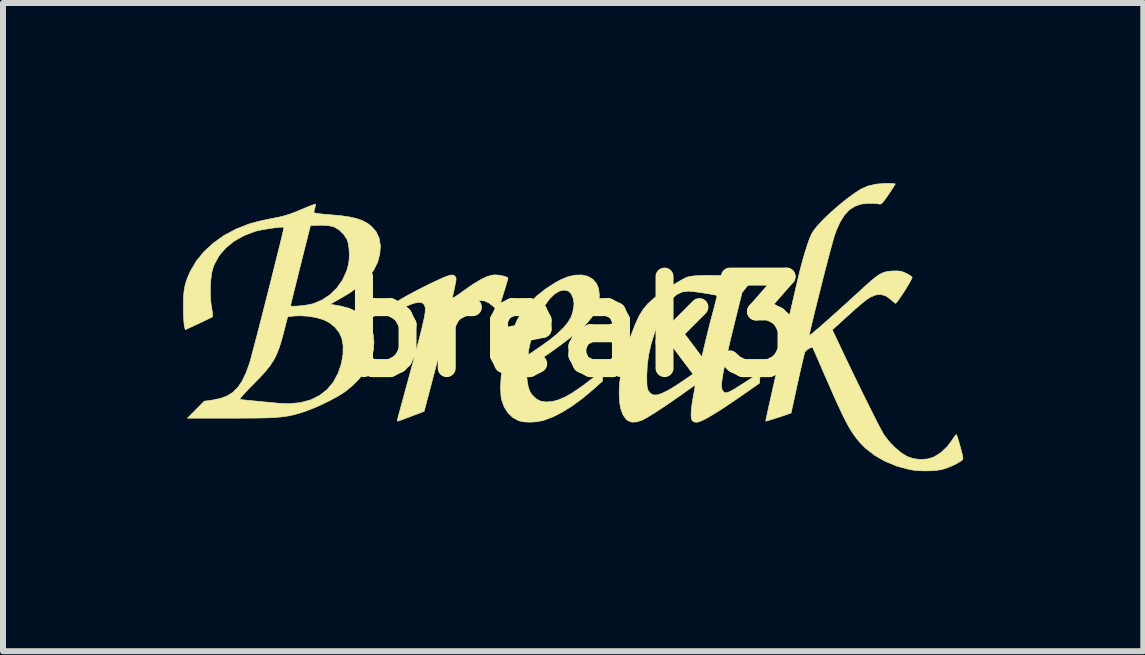
<source format=kicad_pcb>
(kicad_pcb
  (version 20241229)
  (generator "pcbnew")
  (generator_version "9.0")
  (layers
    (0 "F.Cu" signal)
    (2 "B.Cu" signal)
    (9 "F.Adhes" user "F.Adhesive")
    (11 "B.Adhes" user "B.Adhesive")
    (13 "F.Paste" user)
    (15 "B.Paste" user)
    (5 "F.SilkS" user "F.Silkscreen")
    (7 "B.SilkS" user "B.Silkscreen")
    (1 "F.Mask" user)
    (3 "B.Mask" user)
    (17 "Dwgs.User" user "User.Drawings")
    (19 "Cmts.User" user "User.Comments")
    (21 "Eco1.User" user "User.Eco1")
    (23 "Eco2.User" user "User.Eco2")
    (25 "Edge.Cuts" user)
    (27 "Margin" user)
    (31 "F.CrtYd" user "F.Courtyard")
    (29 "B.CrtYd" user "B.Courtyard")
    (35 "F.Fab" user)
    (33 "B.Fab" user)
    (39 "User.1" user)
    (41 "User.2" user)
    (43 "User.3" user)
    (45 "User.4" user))
  (footprint "break3"
    (layer "F.Cu")
    (at 6.497 2.393)
    (property "Reference" "break3" (at 0 0 0) (layer "F.SilkS") (effects (font (size 1.524 1.524) (thickness 0.3))))
    (attr through_hole)
    (fp_poly (pts (xy -1.247 -0.86) (xy -1.186 -0.85) (xy -1.132 -0.836) (xy -1.095 -0.821) (xy -1.084 -0.809) (xy -1.089 -0.788) (xy -1.102 -0.741) (xy -1.121 -0.677) (xy -1.145 -0.6) (xy -1.17 -0.519) (xy -1.195 -0.441) (xy -1.217 -0.371) (xy -1.235 -0.317) (xy -1.246 -0.287) (xy -1.248 -0.283) (xy -1.263 -0.286) (xy -1.296 -0.309) (xy -1.337 -0.345) (xy -1.407 -0.4) (xy -1.476 -0.43) (xy -1.557 -0.439) (xy -1.631 -0.434) (xy -1.689 -0.421) (xy -1.763 -0.396) (xy -1.842 -0.362) (xy -1.918 -0.325) (xy -1.981 -0.289) (xy -2.021 -0.257) (xy -2.021 -0.257) (xy -2.033 -0.232) (xy -2.052 -0.177) (xy -2.078 -0.092) (xy -2.11 0.02) (xy -2.149 0.158) (xy -2.193 0.32) (xy -2.243 0.505) (xy -2.266 0.593) (xy -2.481 1.41) (xy -2.676 1.484) (xy -2.77 1.52) (xy -2.838 1.545) (xy -2.883 1.561) (xy -2.91 1.57) (xy -2.924 1.572) (xy -2.929 1.569) (xy -2.929 1.565) (xy -2.925 1.547) (xy -2.913 1.499) (xy -2.893 1.426) (xy -2.868 1.332) (xy -2.837 1.219) (xy -2.802 1.092) (xy -2.765 0.954) (xy -2.759 0.933) (xy -2.693 0.691) (xy -2.636 0.48) (xy -2.588 0.298) (xy -2.548 0.144) (xy -2.516 0.015) (xy -2.492 -0.089) (xy -2.475 -0.17) (xy -2.465 -0.231) (xy -2.464 -0.233) (xy -2.461 -0.314) (xy -2.479 -0.369) (xy -2.517 -0.4) (xy -2.577 -0.407) (xy -2.659 -0.389) (xy -2.765 -0.348) (xy -2.816 -0.324) (xy -2.982 -0.241) (xy -2.977 -0.319) (xy -2.973 -0.357) (xy -2.965 -0.384) (xy -2.946 -0.407) (xy -2.909 -0.433) (xy -2.85 -0.468) (xy -2.845 -0.472) (xy -2.767 -0.516) (xy -2.673 -0.567) (xy -2.57 -0.621) (xy -2.463 -0.675) (xy -2.359 -0.726) (xy -2.262 -0.772) (xy -2.178 -0.81) (xy -2.114 -0.837) (xy -2.078 -0.849) (xy -2.028 -0.861) (xy -1.998 -0.861) (xy -1.976 -0.848) (xy -1.969 -0.842) (xy -1.956 -0.826) (xy -1.949 -0.806) (xy -1.95 -0.775) (xy -1.959 -0.725) (xy -1.97 -0.673) (xy -1.984 -0.603) (xy -1.998 -0.542) (xy -2.008 -0.5) (xy -2.009 -0.494) (xy -2.009 -0.482) (xy -1.995 -0.483) (xy -1.965 -0.499) (xy -1.917 -0.531) (xy -1.845 -0.583) (xy -1.818 -0.602) (xy -1.671 -0.705) (xy -1.545 -0.781) (xy -1.438 -0.833) (xy -1.35 -0.859) (xy -1.308 -0.864) (xy -1.247 -0.86)) (stroke (width 0.01) (type solid)) (fill yes) (layer "F.SilkS"))
    (fp_poly (pts (xy 0.247 -0.839) (xy 0.328 -0.792) (xy 0.389 -0.722) (xy 0.425 -0.638) (xy 0.439 -0.522) (xy 0.423 -0.4) (xy 0.379 -0.275) (xy 0.308 -0.152) (xy 0.211 -0.035) (xy 0.182 -0.007) (xy 0.115 0.053) (xy 0.025 0.127) (xy -0.082 0.21) (xy -0.201 0.3) (xy -0.326 0.391) (xy -0.452 0.479) (xy -0.572 0.561) (xy -0.614 0.588) (xy -0.783 0.698) (xy -0.772 0.827) (xy -0.76 0.933) (xy -0.744 1.012) (xy -0.722 1.073) (xy -0.692 1.123) (xy -0.674 1.144) (xy -0.608 1.206) (xy -0.539 1.24) (xy -0.453 1.253) (xy -0.432 1.253) (xy -0.339 1.245) (xy -0.241 1.218) (xy -0.134 1.172) (xy -0.014 1.104) (xy 0.121 1.012) (xy 0.212 0.946) (xy 0.281 0.893) (xy 0.347 0.842) (xy 0.401 0.799) (xy 0.428 0.778) (xy 0.491 0.725) (xy 0.49 0.815) (xy 0.49 0.906) (xy 0.331 1.048) (xy 0.159 1.192) (xy -0.012 1.318) (xy -0.179 1.422) (xy -0.338 1.503) (xy -0.485 1.558) (xy -0.516 1.566) (xy -0.614 1.584) (xy -0.719 1.59) (xy -0.818 1.585) (xy -0.898 1.569) (xy -0.904 1.567) (xy -1.002 1.514) (xy -1.085 1.435) (xy -1.149 1.334) (xy -1.19 1.216) (xy -1.201 1.151) (xy -1.208 1.003) (xy -1.198 0.833) (xy -1.171 0.649) (xy -1.131 0.457) (xy -1.129 0.45) (xy -0.746 0.45) (xy -0.741 0.464) (xy -0.739 0.463) (xy -0.718 0.449) (xy -0.675 0.421) (xy -0.618 0.382) (xy -0.559 0.342) (xy -0.399 0.228) (xy -0.27 0.124) (xy -0.168 0.027) (xy -0.091 -0.064) (xy -0.037 -0.152) (xy -0.005 -0.239) (xy -0.001 -0.255) (xy 0.012 -0.33) (xy 0.016 -0.387) (xy 0.008 -0.441) (xy -0.001 -0.479) (xy -0.032 -0.551) (xy -0.077 -0.594) (xy -0.14 -0.609) (xy -0.15 -0.61) (xy -0.229 -0.593) (xy -0.309 -0.545) (xy -0.388 -0.468) (xy -0.464 -0.365) (xy -0.536 -0.237) (xy -0.603 -0.088) (xy -0.662 0.08) (xy -0.713 0.266) (xy -0.727 0.326) (xy -0.742 0.404) (xy -0.746 0.45) (xy -1.129 0.45) (xy -1.078 0.265) (xy -1.013 0.079) (xy -0.939 -0.094) (xy -0.928 -0.117) (xy -0.847 -0.25) (xy -0.738 -0.383) (xy -0.605 -0.512) (xy -0.455 -0.631) (xy -0.292 -0.736) (xy -0.209 -0.781) (xy -0.082 -0.834) (xy 0.039 -0.86) (xy 0.15 -0.862) (xy 0.247 -0.839)) (stroke (width 0.01) (type solid)) (fill yes) (layer "F.SilkS"))
    (fp_poly (pts (xy 2.359 -0.855) (xy 2.48 -0.851) (xy 2.594 -0.844) (xy 2.696 -0.834) (xy 2.76 -0.824) (xy 2.852 -0.808) (xy 2.914 -0.795) (xy 2.949 -0.782) (xy 2.961 -0.766) (xy 2.953 -0.743) (xy 2.929 -0.71) (xy 2.898 -0.672) (xy 2.815 -0.567) (xy 2.687 -0.051) (xy 2.634 0.165) (xy 2.588 0.361) (xy 2.549 0.534) (xy 2.517 0.684) (xy 2.494 0.807) (xy 2.479 0.901) (xy 2.472 0.966) (xy 2.472 0.975) (xy 2.481 1.042) (xy 2.505 1.085) (xy 2.541 1.101) (xy 2.565 1.098) (xy 2.594 1.088) (xy 2.634 1.069) (xy 2.688 1.039) (xy 2.759 0.994) (xy 2.853 0.934) (xy 2.9 0.904) (xy 3.118 0.762) (xy 3.112 0.851) (xy 3.107 0.94) (xy 2.821 1.139) (xy 2.633 1.268) (xy 2.471 1.376) (xy 2.334 1.461) (xy 2.224 1.526) (xy 2.139 1.568) (xy 2.08 1.589) (xy 2.061 1.592) (xy 2.015 1.586) (xy 1.985 1.564) (xy 1.97 1.522) (xy 1.966 1.456) (xy 1.97 1.39) (xy 1.979 1.309) (xy 1.994 1.214) (xy 2.01 1.124) (xy 2.012 1.114) (xy 2.026 1.041) (xy 2.032 0.994) (xy 2.028 0.977) (xy 2.025 0.978) (xy 2.005 0.991) (xy 1.963 1.021) (xy 1.905 1.061) (xy 1.838 1.109) (xy 1.829 1.116) (xy 1.703 1.204) (xy 1.58 1.289) (xy 1.463 1.367) (xy 1.357 1.436) (xy 1.266 1.492) (xy 1.195 1.533) (xy 1.16 1.552) (xy 1.062 1.586) (xy 0.979 1.59) (xy 0.91 1.563) (xy 0.884 1.541) (xy 0.831 1.466) (xy 0.794 1.364) (xy 0.773 1.239) (xy 0.768 1.092) (xy 0.777 0.928) (xy 0.793 0.813) (xy 1.228 0.813) (xy 1.229 0.907) (xy 1.231 0.973) (xy 1.237 1.018) (xy 1.246 1.05) (xy 1.258 1.073) (xy 1.297 1.116) (xy 1.343 1.137) (xy 1.403 1.136) (xy 1.478 1.112) (xy 1.574 1.065) (xy 1.587 1.058) (xy 1.645 1.024) (xy 1.722 0.976) (xy 1.807 0.92) (xy 1.89 0.863) (xy 1.897 0.859) (xy 1.967 0.81) (xy 2.026 0.769) (xy 2.069 0.738) (xy 2.092 0.723) (xy 2.094 0.721) (xy 2.098 0.705) (xy 2.109 0.661) (xy 2.125 0.593) (xy 2.145 0.507) (xy 2.168 0.407) (xy 2.176 0.374) (xy 2.206 0.247) (xy 2.24 0.108) (xy 2.274 -0.03) (xy 2.307 -0.156) (xy 2.33 -0.243) (xy 2.354 -0.333) (xy 2.374 -0.412) (xy 2.389 -0.472) (xy 2.398 -0.51) (xy 2.399 -0.519) (xy 2.379 -0.526) (xy 2.332 -0.535) (xy 2.267 -0.547) (xy 2.191 -0.559) (xy 2.112 -0.571) (xy 2.036 -0.581) (xy 1.971 -0.588) (xy 1.925 -0.592) (xy 1.916 -0.592) (xy 1.823 -0.58) (xy 1.737 -0.542) (xy 1.656 -0.477) (xy 1.58 -0.385) (xy 1.507 -0.262) (xy 1.436 -0.109) (xy 1.366 0.076) (xy 1.365 0.079) (xy 1.303 0.277) (xy 1.261 0.459) (xy 1.237 0.634) (xy 1.228 0.811) (xy 1.228 0.813) (xy 0.793 0.813) (xy 0.802 0.75) (xy 0.841 0.559) (xy 0.894 0.36) (xy 0.961 0.155) (xy 1.041 -0.051) (xy 1.102 -0.182) (xy 1.168 -0.289) (xy 1.244 -0.381) (xy 1.338 -0.466) (xy 1.353 -0.478) (xy 1.434 -0.539) (xy 1.527 -0.604) (xy 1.624 -0.668) (xy 1.72 -0.728) (xy 1.806 -0.778) (xy 1.876 -0.815) (xy 1.902 -0.826) (xy 1.953 -0.839) (xy 2.03 -0.848) (xy 2.128 -0.853) (xy 2.24 -0.856) (xy 2.359 -0.855)) (stroke (width 0.01) (type solid)) (fill yes) (layer "F.SilkS"))
    (fp_poly (pts (xy 5.285 -2.387) (xy 5.336 -2.384) (xy 5.365 -2.38) (xy 5.368 -2.378) (xy 5.359 -2.361) (xy 5.334 -2.322) (xy 5.298 -2.267) (xy 5.254 -2.201) (xy 5.204 -2.13) (xy 5.169 -2.083) (xy 5.144 -2.056) (xy 5.124 -2.044) (xy 5.105 -2.043) (xy 5.097 -2.045) (xy 5.059 -2.05) (xy 5 -2.054) (xy 4.932 -2.055) (xy 4.928 -2.055) (xy 4.805 -2.044) (xy 4.698 -2.009) (xy 4.605 -1.949) (xy 4.523 -1.862) (xy 4.45 -1.747) (xy 4.385 -1.601) (xy 4.354 -1.513) (xy 4.339 -1.465) (xy 4.319 -1.392) (xy 4.293 -1.297) (xy 4.263 -1.186) (xy 4.231 -1.06) (xy 4.195 -0.925) (xy 4.159 -0.783) (xy 4.123 -0.639) (xy 4.087 -0.496) (xy 4.053 -0.359) (xy 4.021 -0.23) (xy 3.993 -0.115) (xy 3.969 -0.015) (xy 3.951 0.064) (xy 3.939 0.119) (xy 3.935 0.146) (xy 3.935 0.148) (xy 3.95 0.139) (xy 3.986 0.11) (xy 4.042 0.063) (xy 4.115 0.001) (xy 4.2 -0.074) (xy 4.297 -0.16) (xy 4.402 -0.253) (xy 4.511 -0.352) (xy 4.623 -0.454) (xy 4.735 -0.556) (xy 4.796 -0.612) (xy 4.899 -0.706) (xy 4.982 -0.779) (xy 5.051 -0.834) (xy 5.109 -0.873) (xy 5.162 -0.899) (xy 5.215 -0.915) (xy 5.271 -0.924) (xy 5.318 -0.928) (xy 5.391 -0.93) (xy 5.445 -0.926) (xy 5.493 -0.914) (xy 5.544 -0.892) (xy 5.596 -0.865) (xy 5.634 -0.839) (xy 5.649 -0.824) (xy 5.643 -0.803) (xy 5.621 -0.761) (xy 5.589 -0.704) (xy 5.549 -0.638) (xy 5.505 -0.569) (xy 5.462 -0.504) (xy 5.423 -0.448) (xy 5.393 -0.408) (xy 5.375 -0.39) (xy 5.374 -0.389) (xy 5.357 -0.4) (xy 5.323 -0.427) (xy 5.291 -0.456) (xy 5.212 -0.513) (xy 5.13 -0.537) (xy 5.044 -0.53) (xy 4.951 -0.491) (xy 4.878 -0.443) (xy 4.838 -0.41) (xy 4.778 -0.36) (xy 4.705 -0.297) (xy 4.625 -0.226) (xy 4.556 -0.163) (xy 4.319 0.052) (xy 4.393 0.208) (xy 4.479 0.39) (xy 4.566 0.574) (xy 4.653 0.755) (xy 4.739 0.931) (xy 4.821 1.1) (xy 4.899 1.258) (xy 4.971 1.402) (xy 5.035 1.529) (xy 5.09 1.637) (xy 5.135 1.721) (xy 5.167 1.78) (xy 5.182 1.804) (xy 5.268 1.916) (xy 5.368 2.019) (xy 5.471 2.104) (xy 5.566 2.162) (xy 5.671 2.198) (xy 5.787 2.212) (xy 5.902 2.204) (xy 6.005 2.174) (xy 6.015 2.169) (xy 6.13 2.096) (xy 6.237 1.993) (xy 6.308 1.899) (xy 6.342 1.848) (xy 6.369 1.812) (xy 6.384 1.796) (xy 6.385 1.795) (xy 6.393 1.811) (xy 6.407 1.852) (xy 6.426 1.914) (xy 6.448 1.991) (xy 6.45 1.999) (xy 6.473 2.084) (xy 6.488 2.142) (xy 6.494 2.18) (xy 6.494 2.203) (xy 6.487 2.217) (xy 6.475 2.228) (xy 6.413 2.268) (xy 6.331 2.31) (xy 6.241 2.348) (xy 6.157 2.375) (xy 6.143 2.379) (xy 6.049 2.394) (xy 5.935 2.401) (xy 5.813 2.401) (xy 5.695 2.393) (xy 5.605 2.379) (xy 5.396 2.323) (xy 5.201 2.243) (xy 5.024 2.142) (xy 4.869 2.021) (xy 4.772 1.921) (xy 4.729 1.869) (xy 4.688 1.815) (xy 4.648 1.757) (xy 4.607 1.691) (xy 4.565 1.615) (xy 4.519 1.526) (xy 4.468 1.421) (xy 4.41 1.297) (xy 4.344 1.151) (xy 4.269 0.98) (xy 4.182 0.781) (xy 4.163 0.738) (xy 4.117 0.631) (xy 4.075 0.535) (xy 4.04 0.454) (xy 4.012 0.392) (xy 3.995 0.354) (xy 3.989 0.343) (xy 3.97 0.344) (xy 3.936 0.36) (xy 3.899 0.384) (xy 3.87 0.41) (xy 3.863 0.419) (xy 3.856 0.443) (xy 3.842 0.495) (xy 3.824 0.572) (xy 3.802 0.668) (xy 3.776 0.78) (xy 3.749 0.904) (xy 3.74 0.944) (xy 3.632 1.439) (xy 3.424 1.509) (xy 3.346 1.534) (xy 3.28 1.555) (xy 3.233 1.568) (xy 3.21 1.573) (xy 3.21 1.572) (xy 3.212 1.555) (xy 3.222 1.508) (xy 3.238 1.435) (xy 3.259 1.337) (xy 3.286 1.219) (xy 3.316 1.083) (xy 3.35 0.933) (xy 3.386 0.771) (xy 3.425 0.601) (xy 3.465 0.425) (xy 3.505 0.247) (xy 3.546 0.07) (xy 3.585 -0.103) (xy 3.624 -0.269) (xy 3.66 -0.425) (xy 3.693 -0.568) (xy 3.722 -0.695) (xy 3.748 -0.802) (xy 3.768 -0.888) (xy 3.783 -0.947) (xy 3.785 -0.957) (xy 3.825 -1.105) (xy 3.865 -1.244) (xy 3.904 -1.366) (xy 3.94 -1.467) (xy 3.972 -1.542) (xy 3.975 -1.549) (xy 4.015 -1.611) (xy 4.078 -1.688) (xy 4.16 -1.776) (xy 4.257 -1.87) (xy 4.363 -1.966) (xy 4.474 -2.06) (xy 4.585 -2.148) (xy 4.693 -2.226) (xy 4.791 -2.29) (xy 4.798 -2.294) (xy 4.913 -2.344) (xy 5.051 -2.376) (xy 5.209 -2.388) (xy 5.219 -2.388) (xy 5.285 -2.387)) (stroke (width 0.01) (type solid)) (fill yes) (layer "F.SilkS"))
    (fp_poly (pts (xy -4.291 -2.026) (xy -4.299 -1.988) (xy -4.301 -1.98) (xy -4.313 -1.936) (xy -4.318 -1.906) (xy -4.318 -1.904) (xy -4.301 -1.895) (xy -4.253 -1.886) (xy -4.174 -1.876) (xy -4.067 -1.867) (xy -4.043 -1.865) (xy -3.87 -1.85) (xy -3.727 -1.829) (xy -3.609 -1.803) (xy -3.512 -1.769) (xy -3.43 -1.726) (xy -3.362 -1.675) (xy -3.282 -1.584) (xy -3.231 -1.476) (xy -3.21 -1.353) (xy -3.219 -1.215) (xy -3.256 -1.073) (xy -3.325 -0.938) (xy -3.425 -0.808) (xy -3.557 -0.683) (xy -3.722 -0.563) (xy -3.916 -0.448) (xy -3.975 -0.416) (xy -4.019 -0.39) (xy -4.043 -0.375) (xy -4.045 -0.373) (xy -4.025 -0.37) (xy -3.979 -0.363) (xy -3.917 -0.352) (xy -3.885 -0.347) (xy -3.727 -0.306) (xy -3.594 -0.244) (xy -3.486 -0.16) (xy -3.401 -0.053) (xy -3.368 0.008) (xy -3.33 0.125) (xy -3.317 0.256) (xy -3.328 0.396) (xy -3.364 0.538) (xy -3.423 0.675) (xy -3.432 0.692) (xy -3.494 0.784) (xy -3.577 0.883) (xy -3.673 0.979) (xy -3.774 1.063) (xy -3.821 1.097) (xy -3.924 1.161) (xy -4.05 1.229) (xy -4.187 1.296) (xy -4.323 1.356) (xy -4.45 1.405) (xy -4.475 1.414) (xy -4.551 1.438) (xy -4.622 1.459) (xy -4.692 1.476) (xy -4.764 1.49) (xy -4.842 1.501) (xy -4.93 1.509) (xy -5.032 1.516) (xy -5.152 1.52) (xy -5.293 1.522) (xy -5.46 1.523) (xy -5.656 1.524) (xy -5.698 1.524) (xy -6.425 1.524) (xy -6.285 1.383) (xy -6.144 1.241) (xy -6.008 1.222) (xy -5.945 1.209) (xy -5.552 1.209) (xy -5.551 1.21) (xy -5.527 1.214) (xy -5.476 1.22) (xy -5.403 1.228) (xy -5.315 1.236) (xy -5.241 1.243) (xy -5.142 1.253) (xy -5.051 1.261) (xy -4.976 1.268) (xy -4.923 1.274) (xy -4.902 1.276) (xy -4.729 1.283) (xy -4.547 1.265) (xy -4.531 1.262) (xy -4.366 1.217) (xy -4.221 1.144) (xy -4.096 1.046) (xy -3.993 0.922) (xy -3.913 0.773) (xy -3.86 0.616) (xy -3.832 0.457) (xy -3.831 0.309) (xy -3.854 0.187) (xy -3.897 0.095) (xy -3.966 0.009) (xy -4.055 -0.064) (xy -4.154 -0.116) (xy -4.158 -0.117) (xy -4.274 -0.151) (xy -4.407 -0.174) (xy -4.54 -0.183) (xy -4.642 -0.179) (xy -4.754 -0.167) (xy -4.814 0.067) (xy -4.855 0.221) (xy -4.895 0.349) (xy -4.938 0.459) (xy -4.987 0.556) (xy -5.047 0.647) (xy -5.121 0.74) (xy -5.213 0.842) (xy -5.322 0.953) (xy -5.4 1.032) (xy -5.464 1.1) (xy -5.513 1.154) (xy -5.543 1.192) (xy -5.552 1.209) (xy -5.945 1.209) (xy -5.876 1.195) (xy -5.763 1.153) (xy -5.668 1.093) (xy -5.586 1.012) (xy -5.514 0.907) (xy -5.45 0.773) (xy -5.393 0.618) (xy -5.381 0.579) (xy -5.363 0.513) (xy -5.339 0.423) (xy -5.31 0.312) (xy -5.276 0.184) (xy -5.239 0.041) (xy -5.199 -0.113) (xy -5.158 -0.275) (xy -5.139 -0.349) (xy -4.707 -0.349) (xy -4.692 -0.343) (xy -4.651 -0.341) (xy -4.592 -0.344) (xy -4.523 -0.35) (xy -4.451 -0.359) (xy -4.384 -0.371) (xy -4.331 -0.383) (xy -4.184 -0.444) (xy -4.051 -0.532) (xy -3.935 -0.645) (xy -3.841 -0.778) (xy -3.772 -0.928) (xy -3.742 -1.035) (xy -3.73 -1.118) (xy -3.727 -1.213) (xy -3.733 -1.307) (xy -3.746 -1.391) (xy -3.765 -1.453) (xy -3.767 -1.456) (xy -3.823 -1.541) (xy -3.896 -1.612) (xy -3.977 -1.661) (xy -3.997 -1.668) (xy -4.078 -1.685) (xy -4.185 -1.691) (xy -4.226 -1.69) (xy -4.375 -1.685) (xy -4.541 -1.024) (xy -4.577 -0.88) (xy -4.61 -0.746) (xy -4.64 -0.625) (xy -4.666 -0.522) (xy -4.686 -0.44) (xy -4.7 -0.382) (xy -4.706 -0.352) (xy -4.707 -0.349) (xy -5.139 -0.349) (xy -5.116 -0.441) (xy -5.073 -0.609) (xy -5.031 -0.775) (xy -4.991 -0.936) (xy -4.953 -1.088) (xy -4.918 -1.23) (xy -4.886 -1.356) (xy -4.86 -1.464) (xy -4.839 -1.552) (xy -4.825 -1.614) (xy -4.818 -1.65) (xy -4.817 -1.656) (xy -4.838 -1.659) (xy -4.885 -1.657) (xy -4.951 -1.65) (xy -5.028 -1.64) (xy -5.109 -1.627) (xy -5.186 -1.614) (xy -5.253 -1.6) (xy -5.297 -1.589) (xy -5.484 -1.517) (xy -5.647 -1.425) (xy -5.784 -1.315) (xy -5.894 -1.187) (xy -5.975 -1.042) (xy -5.996 -0.989) (xy -6.019 -0.902) (xy -6.034 -0.791) (xy -6.042 -0.666) (xy -6.043 -0.537) (xy -6.035 -0.414) (xy -6.022 -0.322) (xy -6.011 -0.256) (xy -6.005 -0.203) (xy -6.006 -0.171) (xy -6.007 -0.167) (xy -6.026 -0.155) (xy -6.071 -0.133) (xy -6.134 -0.102) (xy -6.21 -0.066) (xy -6.24 -0.052) (xy -6.46 0.05) (xy -6.476 -0.013) (xy -6.481 -0.052) (xy -6.486 -0.118) (xy -6.49 -0.201) (xy -6.492 -0.294) (xy -6.492 -0.33) (xy -6.491 -0.465) (xy -6.483 -0.575) (xy -6.468 -0.67) (xy -6.444 -0.76) (xy -6.408 -0.852) (xy -6.375 -0.925) (xy -6.276 -1.094) (xy -6.147 -1.251) (xy -5.992 -1.394) (xy -5.815 -1.52) (xy -5.616 -1.626) (xy -5.402 -1.71) (xy -5.325 -1.733) (xy -5.226 -1.758) (xy -5.119 -1.782) (xy -5.015 -1.804) (xy -5.007 -1.805) (xy -4.894 -1.827) (xy -4.799 -1.851) (xy -4.71 -1.879) (xy -4.613 -1.916) (xy -4.532 -1.95) (xy -4.45 -1.984) (xy -4.379 -2.013) (xy -4.326 -2.033) (xy -4.296 -2.044) (xy -4.291 -2.044) (xy -4.291 -2.026)) (stroke (width 0.01) (type solid)) (fill yes) (layer "F.SilkS")))
  (gr_rect
    (start -3 -3)
    (end 15.997 7.799)
    (stroke (width 0.1) (type default))
    (fill no)
    (layer "Edge.Cuts")))
</source>
